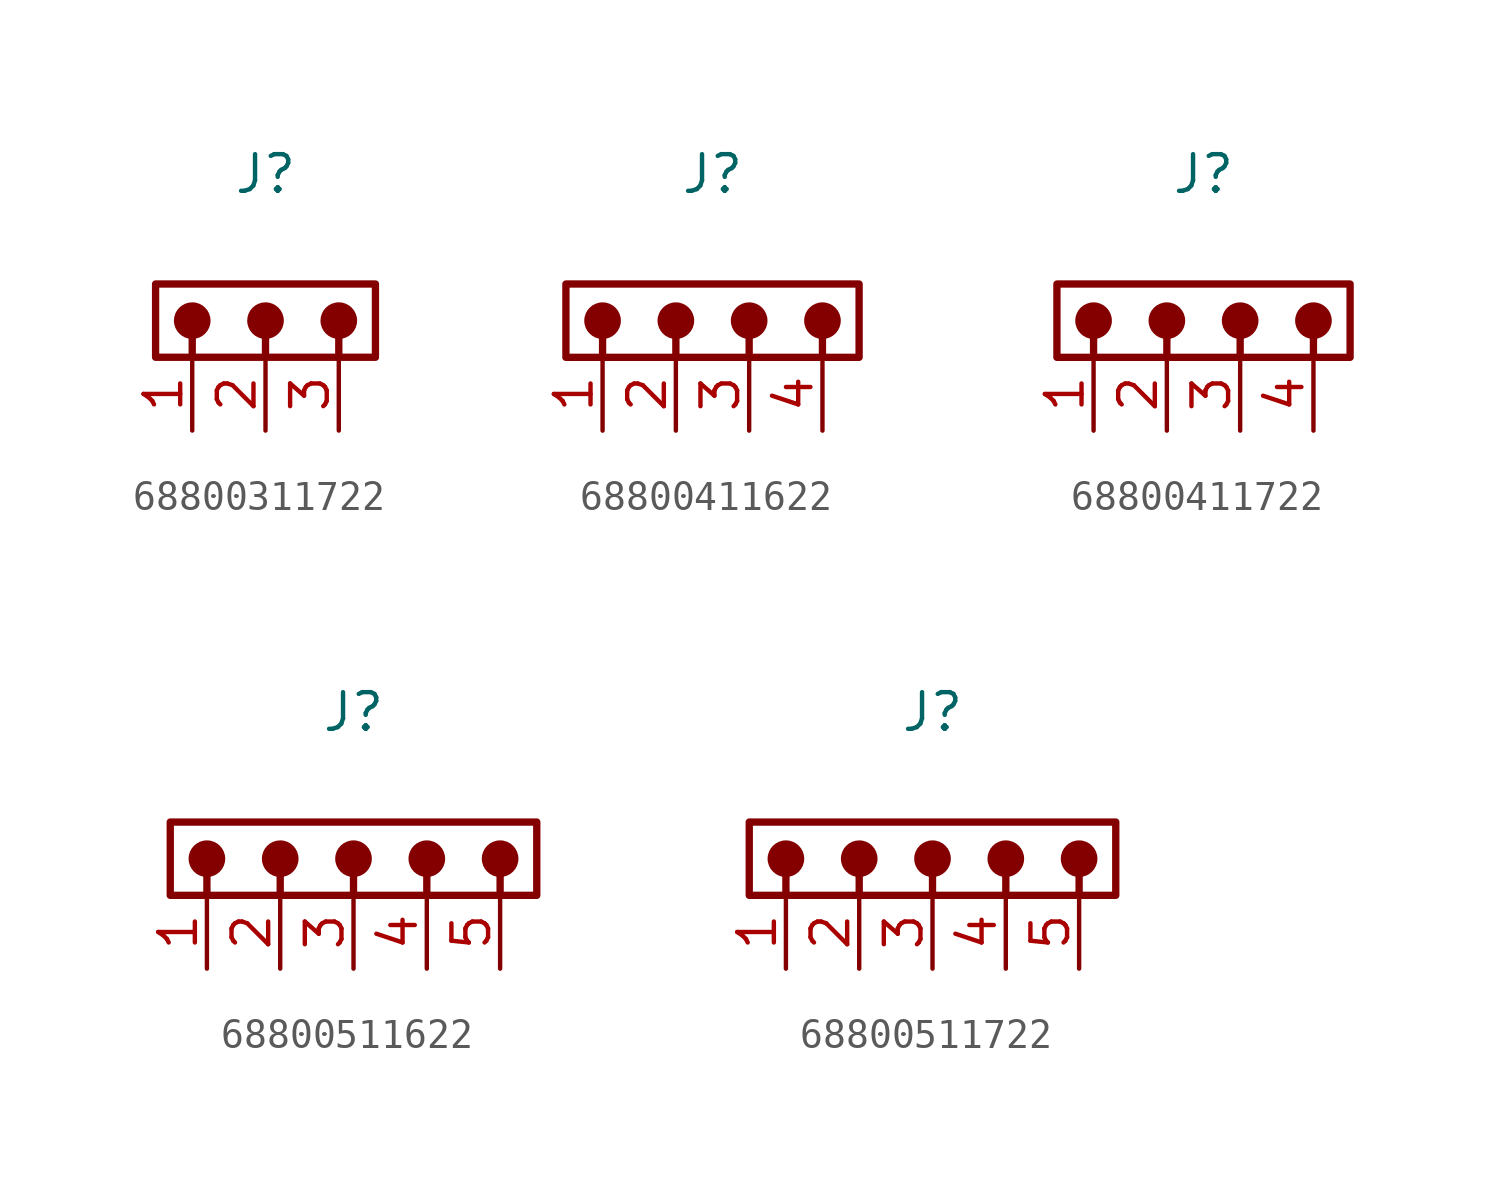
<source format=kicad_sym>
(kicad_symbol_lib
  (version 20241209)
  (generator "kicad_symbol_editor")
  (generator_version "9.0")
  (symbol "68800311722"
    (pin_names
      (hide yes))
    (property "Reference" "J"
      (at 0 5.08 0)
      (effects (font (size 1.27 1.27))))
    (symbol "68800311722_1_1"
      (rectangle (start -3.81 1.27) (end 3.81 -1.27) (stroke (width 0.254) (type solid)) (fill (type none)))
      (circle (center -2.54 0) (radius 0.508) (stroke (width 0.254) (type solid)) (fill (type outline)))
      (polyline (pts (xy -2.54 -0.508) (xy -2.54 -1.27)) (stroke (width 0.254) (type solid)) (fill (type none)))
      (circle (center 0 0) (radius 0.508) (stroke (width 0.254) (type solid)) (fill (type outline)))
      (polyline (pts (xy 0 -0.508) (xy 0 -1.27)) (stroke (width 0.254) (type solid)) (fill (type none)))
      (circle (center 2.54 0) (radius 0.508) (stroke (width 0.254) (type solid)) (fill (type outline)))
      (polyline (pts (xy 2.54 -0.508) (xy 2.54 -1.27)) (stroke (width 0.254) (type solid)) (fill (type none)))
      (pin passive line (at -2.54 -3.81 90) (length 2.54) (name "1" (effects (font (size 1.27 1.27)))) (number "1" (effects (font (size 1.27 1.27)))))
      (pin passive line (at 0 -3.81 90) (length 2.54) (name "2" (effects (font (size 1.27 1.27)))) (number "2" (effects (font (size 1.27 1.27)))))
      (pin passive line (at 2.54 -3.81 90) (length 2.54) (name "3" (effects (font (size 1.27 1.27)))) (number "3" (effects (font (size 1.27 1.27)))))))
  (symbol "68800411622"
    (pin_names
      (hide yes))
    (property "Reference" "J"
      (at 0 5.08 0)
      (effects (font (size 1.27 1.27))))
    (symbol "68800411622_1_1"
      (rectangle (start -5.08 1.27) (end 5.08 -1.27) (stroke (width 0.254) (type solid)) (fill (type none)))
      (circle (center -3.81 0) (radius 0.508) (stroke (width 0.254) (type solid)) (fill (type outline)))
      (polyline (pts (xy -3.81 -0.508) (xy -3.81 -1.27)) (stroke (width 0.254) (type solid)) (fill (type none)))
      (circle (center -1.27 0) (radius 0.508) (stroke (width 0.254) (type solid)) (fill (type outline)))
      (polyline (pts (xy -1.27 -0.508) (xy -1.27 -1.27)) (stroke (width 0.254) (type solid)) (fill (type none)))
      (circle (center 1.27 0) (radius 0.508) (stroke (width 0.254) (type solid)) (fill (type outline)))
      (polyline (pts (xy 1.27 -0.508) (xy 1.27 -1.27)) (stroke (width 0.254) (type solid)) (fill (type none)))
      (circle (center 3.81 0) (radius 0.508) (stroke (width 0.254) (type solid)) (fill (type outline)))
      (polyline (pts (xy 3.81 -0.508) (xy 3.81 -1.27)) (stroke (width 0.254) (type solid)) (fill (type none)))
      (pin passive line (at -3.81 -3.81 90) (length 2.54) (name "1" (effects (font (size 1.27 1.27)))) (number "1" (effects (font (size 1.27 1.27)))))
      (pin passive line (at -1.27 -3.81 90) (length 2.54) (name "2" (effects (font (size 1.27 1.27)))) (number "2" (effects (font (size 1.27 1.27)))))
      (pin passive line (at 1.27 -3.81 90) (length 2.54) (name "3" (effects (font (size 1.27 1.27)))) (number "3" (effects (font (size 1.27 1.27)))))
      (pin passive line (at 3.81 -3.81 90) (length 2.54) (name "4" (effects (font (size 1.27 1.27)))) (number "4" (effects (font (size 1.27 1.27)))))))
  (symbol "68800411722"
    (pin_names
      (hide yes))
    (property "Reference" "J"
      (at 0 5.08 0)
      (effects (font (size 1.27 1.27))))
    (symbol "68800411722_1_1"
      (rectangle (start -5.08 1.27) (end 5.08 -1.27) (stroke (width 0.254) (type solid)) (fill (type none)))
      (circle (center -3.81 0) (radius 0.508) (stroke (width 0.254) (type solid)) (fill (type outline)))
      (polyline (pts (xy -3.81 -0.508) (xy -3.81 -1.27)) (stroke (width 0.254) (type solid)) (fill (type none)))
      (circle (center -1.27 0) (radius 0.508) (stroke (width 0.254) (type solid)) (fill (type outline)))
      (polyline (pts (xy -1.27 -0.508) (xy -1.27 -1.27)) (stroke (width 0.254) (type solid)) (fill (type none)))
      (circle (center 1.27 0) (radius 0.508) (stroke (width 0.254) (type solid)) (fill (type outline)))
      (polyline (pts (xy 1.27 -0.508) (xy 1.27 -1.27)) (stroke (width 0.254) (type solid)) (fill (type none)))
      (circle (center 3.81 0) (radius 0.508) (stroke (width 0.254) (type solid)) (fill (type outline)))
      (polyline (pts (xy 3.81 -0.508) (xy 3.81 -1.27)) (stroke (width 0.254) (type solid)) (fill (type none)))
      (pin passive line (at -3.81 -3.81 90) (length 2.54) (name "1" (effects (font (size 1.27 1.27)))) (number "1" (effects (font (size 1.27 1.27)))))
      (pin passive line (at -1.27 -3.81 90) (length 2.54) (name "2" (effects (font (size 1.27 1.27)))) (number "2" (effects (font (size 1.27 1.27)))))
      (pin passive line (at 1.27 -3.81 90) (length 2.54) (name "3" (effects (font (size 1.27 1.27)))) (number "3" (effects (font (size 1.27 1.27)))))
      (pin passive line (at 3.81 -3.81 90) (length 2.54) (name "4" (effects (font (size 1.27 1.27)))) (number "4" (effects (font (size 1.27 1.27)))))))
  (symbol "68800511622"
    (pin_names
      (hide yes))
    (property "Reference" "J"
      (at 0 5.08 0)
      (effects (font (size 1.27 1.27))))
    (symbol "68800511622_1_1"
      (rectangle (start -6.35 1.27) (end 6.35 -1.27) (stroke (width 0.254) (type solid)) (fill (type none)))
      (circle (center -5.08 0) (radius 0.508) (stroke (width 0.254) (type solid)) (fill (type outline)))
      (polyline (pts (xy -5.08 -0.508) (xy -5.08 -1.27)) (stroke (width 0.254) (type solid)) (fill (type none)))
      (circle (center -2.54 0) (radius 0.508) (stroke (width 0.254) (type solid)) (fill (type outline)))
      (polyline (pts (xy -2.54 -0.508) (xy -2.54 -1.27)) (stroke (width 0.254) (type solid)) (fill (type none)))
      (circle (center 0 0) (radius 0.508) (stroke (width 0.254) (type solid)) (fill (type outline)))
      (polyline (pts (xy 0 -0.508) (xy 0 -1.27)) (stroke (width 0.254) (type solid)) (fill (type none)))
      (circle (center 2.54 0) (radius 0.508) (stroke (width 0.254) (type solid)) (fill (type outline)))
      (polyline (pts (xy 2.54 -0.508) (xy 2.54 -1.27)) (stroke (width 0.254) (type solid)) (fill (type none)))
      (circle (center 5.08 0) (radius 0.508) (stroke (width 0.254) (type solid)) (fill (type outline)))
      (polyline (pts (xy 5.08 -0.508) (xy 5.08 -1.27)) (stroke (width 0.254) (type solid)) (fill (type none)))
      (pin passive line (at -5.08 -3.81 90) (length 2.54) (name "1" (effects (font (size 1.27 1.27)))) (number "1" (effects (font (size 1.27 1.27)))))
      (pin passive line (at -2.54 -3.81 90) (length 2.54) (name "2" (effects (font (size 1.27 1.27)))) (number "2" (effects (font (size 1.27 1.27)))))
      (pin passive line (at 0 -3.81 90) (length 2.54) (name "3" (effects (font (size 1.27 1.27)))) (number "3" (effects (font (size 1.27 1.27)))))
      (pin passive line (at 2.54 -3.81 90) (length 2.54) (name "4" (effects (font (size 1.27 1.27)))) (number "4" (effects (font (size 1.27 1.27)))))
      (pin passive line (at 5.08 -3.81 90) (length 2.54) (name "5" (effects (font (size 1.27 1.27)))) (number "5" (effects (font (size 1.27 1.27)))))))
  (symbol "68800511722"
    (pin_names
      (hide yes))
    (property "Reference" "J"
      (at 0 5.08 0)
      (effects (font (size 1.27 1.27))))
    (symbol "68800511722_1_1"
      (rectangle (start -6.35 1.27) (end 6.35 -1.27) (stroke (width 0.254) (type solid)) (fill (type none)))
      (circle (center -5.08 0) (radius 0.508) (stroke (width 0.254) (type solid)) (fill (type outline)))
      (polyline (pts (xy -5.08 -0.508) (xy -5.08 -1.27)) (stroke (width 0.254) (type solid)) (fill (type none)))
      (circle (center -2.54 0) (radius 0.508) (stroke (width 0.254) (type solid)) (fill (type outline)))
      (polyline (pts (xy -2.54 -0.508) (xy -2.54 -1.27)) (stroke (width 0.254) (type solid)) (fill (type none)))
      (circle (center 0 0) (radius 0.508) (stroke (width 0.254) (type solid)) (fill (type outline)))
      (polyline (pts (xy 0 -0.508) (xy 0 -1.27)) (stroke (width 0.254) (type solid)) (fill (type none)))
      (circle (center 2.54 0) (radius 0.508) (stroke (width 0.254) (type solid)) (fill (type outline)))
      (polyline (pts (xy 2.54 -0.508) (xy 2.54 -1.27)) (stroke (width 0.254) (type solid)) (fill (type none)))
      (circle (center 5.08 0) (radius 0.508) (stroke (width 0.254) (type solid)) (fill (type outline)))
      (polyline (pts (xy 5.08 -0.508) (xy 5.08 -1.27)) (stroke (width 0.254) (type solid)) (fill (type none)))
      (pin passive line (at -5.08 -3.81 90) (length 2.54) (name "1" (effects (font (size 1.27 1.27)))) (number "1" (effects (font (size 1.27 1.27)))))
      (pin passive line (at -2.54 -3.81 90) (length 2.54) (name "2" (effects (font (size 1.27 1.27)))) (number "2" (effects (font (size 1.27 1.27)))))
      (pin passive line (at 0 -3.81 90) (length 2.54) (name "3" (effects (font (size 1.27 1.27)))) (number "3" (effects (font (size 1.27 1.27)))))
      (pin passive line (at 2.54 -3.81 90) (length 2.54) (name "4" (effects (font (size 1.27 1.27)))) (number "4" (effects (font (size 1.27 1.27)))))
      (pin passive line (at 5.08 -3.81 90) (length 2.54) (name "5" (effects (font (size 1.27 1.27)))) (number "5" (effects (font (size 1.27 1.27))))))))
</source>
